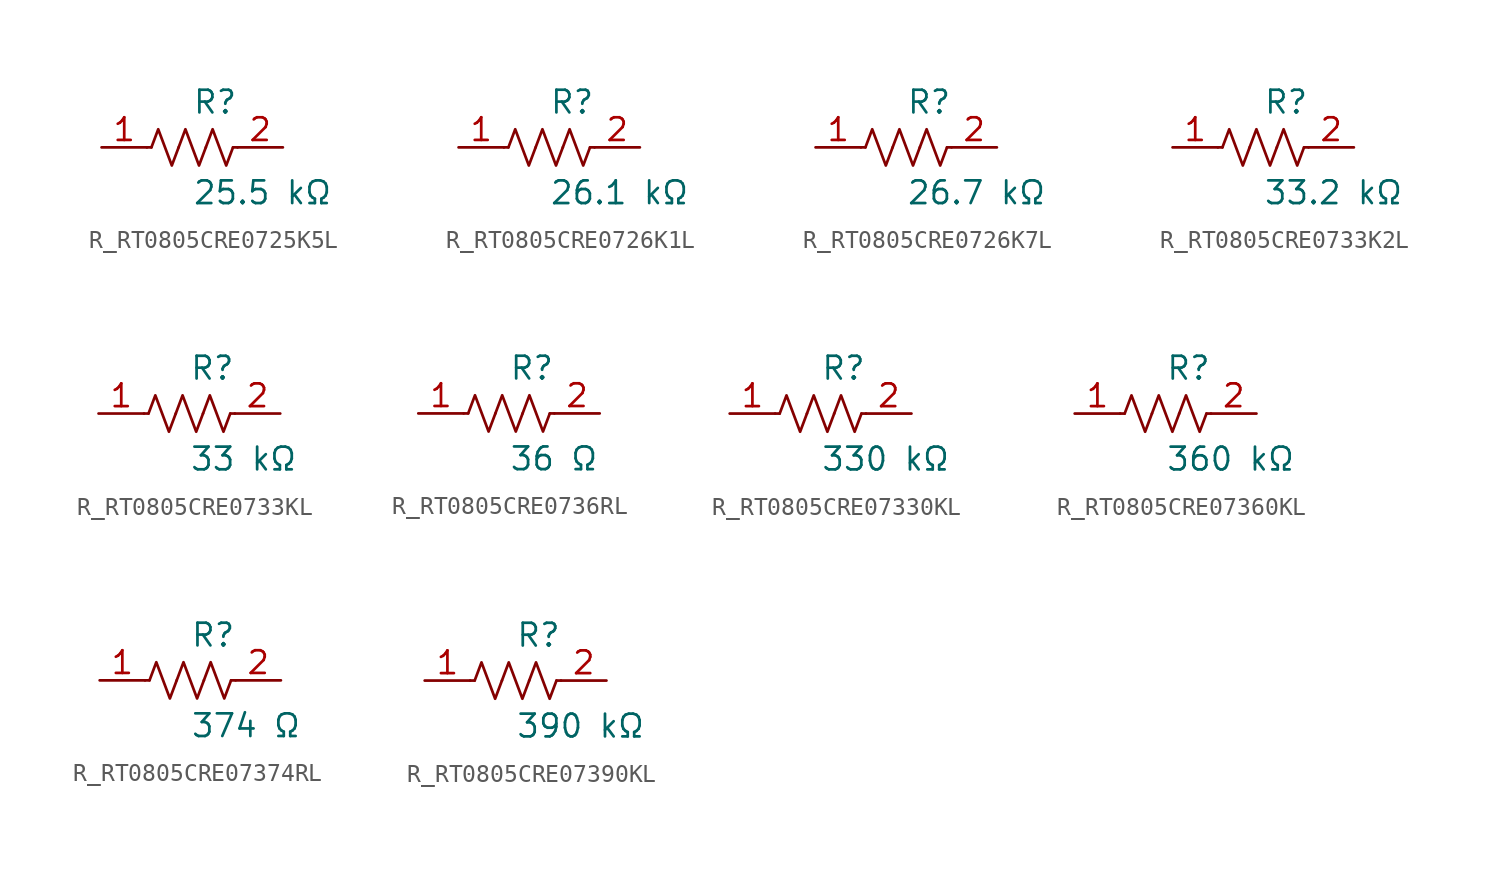
<source format=kicad_sym>
(kicad_symbol_lib
  (version 20231120)
  (generator kicad_symbol_editor)
  (generator_version 8.0)
  (symbol "R_RT0805CRE0725K5L"
    (pin_names
      (offset 0.254))
    (property "Reference" "R"
      (at 0 2.54 0)
      (effects (font (size 1.27 1.27)) (justify left)))
    (property "Value" "25.5 kΩ"
      (at 0 -2.54 0)
      (effects (font (size 1.27 1.27)) (justify left)))
    (symbol "R_RT0805CRE0725K5L_0_1"
      (polyline (pts (xy 2.286 0) (xy 2.54 0)) (stroke (width 0) (type default)) (fill (type none)))
      (polyline (pts (xy -2.286 0) (xy -2.54 0)) (stroke (width 0) (type default)) (fill (type none)))
      (polyline (pts (xy 0.762 0) (xy 1.143 1.016) (xy 1.524 0) (xy 1.905 -1.016) (xy 2.286 0)) (stroke (width 0) (type default)) (fill (type none)))
      (polyline (pts (xy -0.762 0) (xy -0.381 1.016) (xy 0 0) (xy 0.381 -1.016) (xy 0.762 0)) (stroke (width 0) (type default)) (fill (type none)))
      (polyline (pts (xy -2.286 0) (xy -1.905 1.016) (xy -1.524 0) (xy -1.143 -1.016) (xy -0.762 0)) (stroke (width 0) (type default)) (fill (type none))))
    (pin unspecified line
      (at -5.08 0 0)
      (length 2.54)
      (name "" (effects (font (size 1.27 1.27))))
      (number "1" (effects (font (size 1.27 1.27)))))
    (pin unspecified line
      (at 5.08 0 180)
      (length 2.54)
      (name "" (effects (font (size 1.27 1.27))))
      (number "2" (effects (font (size 1.27 1.27))))))
  (symbol "R_RT0805CRE0726K1L"
    (pin_names
      (offset 0.254))
    (property "Reference" "R"
      (at 0 2.54 0)
      (effects (font (size 1.27 1.27)) (justify left)))
    (property "Value" "26.1 kΩ"
      (at 0 -2.54 0)
      (effects (font (size 1.27 1.27)) (justify left)))
    (symbol "R_RT0805CRE0726K1L_0_1"
      (polyline (pts (xy 2.286 0) (xy 2.54 0)) (stroke (width 0) (type default)) (fill (type none)))
      (polyline (pts (xy -2.286 0) (xy -2.54 0)) (stroke (width 0) (type default)) (fill (type none)))
      (polyline (pts (xy 0.762 0) (xy 1.143 1.016) (xy 1.524 0) (xy 1.905 -1.016) (xy 2.286 0)) (stroke (width 0) (type default)) (fill (type none)))
      (polyline (pts (xy -0.762 0) (xy -0.381 1.016) (xy 0 0) (xy 0.381 -1.016) (xy 0.762 0)) (stroke (width 0) (type default)) (fill (type none)))
      (polyline (pts (xy -2.286 0) (xy -1.905 1.016) (xy -1.524 0) (xy -1.143 -1.016) (xy -0.762 0)) (stroke (width 0) (type default)) (fill (type none))))
    (pin unspecified line
      (at -5.08 0 0)
      (length 2.54)
      (name "" (effects (font (size 1.27 1.27))))
      (number "1" (effects (font (size 1.27 1.27)))))
    (pin unspecified line
      (at 5.08 0 180)
      (length 2.54)
      (name "" (effects (font (size 1.27 1.27))))
      (number "2" (effects (font (size 1.27 1.27))))))
  (symbol "R_RT0805CRE0726K7L"
    (pin_names
      (offset 0.254))
    (property "Reference" "R"
      (at 0 2.54 0)
      (effects (font (size 1.27 1.27)) (justify left)))
    (property "Value" "26.7 kΩ"
      (at 0 -2.54 0)
      (effects (font (size 1.27 1.27)) (justify left)))
    (symbol "R_RT0805CRE0726K7L_0_1"
      (polyline (pts (xy 2.286 0) (xy 2.54 0)) (stroke (width 0) (type default)) (fill (type none)))
      (polyline (pts (xy -2.286 0) (xy -2.54 0)) (stroke (width 0) (type default)) (fill (type none)))
      (polyline (pts (xy 0.762 0) (xy 1.143 1.016) (xy 1.524 0) (xy 1.905 -1.016) (xy 2.286 0)) (stroke (width 0) (type default)) (fill (type none)))
      (polyline (pts (xy -0.762 0) (xy -0.381 1.016) (xy 0 0) (xy 0.381 -1.016) (xy 0.762 0)) (stroke (width 0) (type default)) (fill (type none)))
      (polyline (pts (xy -2.286 0) (xy -1.905 1.016) (xy -1.524 0) (xy -1.143 -1.016) (xy -0.762 0)) (stroke (width 0) (type default)) (fill (type none))))
    (pin unspecified line
      (at -5.08 0 0)
      (length 2.54)
      (name "" (effects (font (size 1.27 1.27))))
      (number "1" (effects (font (size 1.27 1.27)))))
    (pin unspecified line
      (at 5.08 0 180)
      (length 2.54)
      (name "" (effects (font (size 1.27 1.27))))
      (number "2" (effects (font (size 1.27 1.27))))))
  (symbol "R_RT0805CRE0733K2L"
    (pin_names
      (offset 0.254))
    (property "Reference" "R"
      (at 0 2.54 0)
      (effects (font (size 1.27 1.27)) (justify left)))
    (property "Value" "33.2 kΩ"
      (at 0 -2.54 0)
      (effects (font (size 1.27 1.27)) (justify left)))
    (symbol "R_RT0805CRE0733K2L_0_1"
      (polyline (pts (xy 2.286 0) (xy 2.54 0)) (stroke (width 0) (type default)) (fill (type none)))
      (polyline (pts (xy -2.286 0) (xy -2.54 0)) (stroke (width 0) (type default)) (fill (type none)))
      (polyline (pts (xy 0.762 0) (xy 1.143 1.016) (xy 1.524 0) (xy 1.905 -1.016) (xy 2.286 0)) (stroke (width 0) (type default)) (fill (type none)))
      (polyline (pts (xy -0.762 0) (xy -0.381 1.016) (xy 0 0) (xy 0.381 -1.016) (xy 0.762 0)) (stroke (width 0) (type default)) (fill (type none)))
      (polyline (pts (xy -2.286 0) (xy -1.905 1.016) (xy -1.524 0) (xy -1.143 -1.016) (xy -0.762 0)) (stroke (width 0) (type default)) (fill (type none))))
    (pin unspecified line
      (at -5.08 0 0)
      (length 2.54)
      (name "" (effects (font (size 1.27 1.27))))
      (number "1" (effects (font (size 1.27 1.27)))))
    (pin unspecified line
      (at 5.08 0 180)
      (length 2.54)
      (name "" (effects (font (size 1.27 1.27))))
      (number "2" (effects (font (size 1.27 1.27))))))
  (symbol "R_RT0805CRE0733KL"
    (pin_names
      (offset 0.254))
    (property "Reference" "R"
      (at 0 2.54 0)
      (effects (font (size 1.27 1.27)) (justify left)))
    (property "Value" "33 kΩ"
      (at 0 -2.54 0)
      (effects (font (size 1.27 1.27)) (justify left)))
    (symbol "R_RT0805CRE0733KL_0_1"
      (polyline (pts (xy 2.286 0) (xy 2.54 0)) (stroke (width 0) (type default)) (fill (type none)))
      (polyline (pts (xy -2.286 0) (xy -2.54 0)) (stroke (width 0) (type default)) (fill (type none)))
      (polyline (pts (xy 0.762 0) (xy 1.143 1.016) (xy 1.524 0) (xy 1.905 -1.016) (xy 2.286 0)) (stroke (width 0) (type default)) (fill (type none)))
      (polyline (pts (xy -0.762 0) (xy -0.381 1.016) (xy 0 0) (xy 0.381 -1.016) (xy 0.762 0)) (stroke (width 0) (type default)) (fill (type none)))
      (polyline (pts (xy -2.286 0) (xy -1.905 1.016) (xy -1.524 0) (xy -1.143 -1.016) (xy -0.762 0)) (stroke (width 0) (type default)) (fill (type none))))
    (pin unspecified line
      (at -5.08 0 0)
      (length 2.54)
      (name "" (effects (font (size 1.27 1.27))))
      (number "1" (effects (font (size 1.27 1.27)))))
    (pin unspecified line
      (at 5.08 0 180)
      (length 2.54)
      (name "" (effects (font (size 1.27 1.27))))
      (number "2" (effects (font (size 1.27 1.27))))))
  (symbol "R_RT0805CRE0736RL"
    (pin_names
      (offset 0.254))
    (property "Reference" "R"
      (at 0 2.54 0)
      (effects (font (size 1.27 1.27)) (justify left)))
    (property "Value" "36 Ω"
      (at 0 -2.54 0)
      (effects (font (size 1.27 1.27)) (justify left)))
    (symbol "R_RT0805CRE0736RL_0_1"
      (polyline (pts (xy 2.286 0) (xy 2.54 0)) (stroke (width 0) (type default)) (fill (type none)))
      (polyline (pts (xy -2.286 0) (xy -2.54 0)) (stroke (width 0) (type default)) (fill (type none)))
      (polyline (pts (xy 0.762 0) (xy 1.143 1.016) (xy 1.524 0) (xy 1.905 -1.016) (xy 2.286 0)) (stroke (width 0) (type default)) (fill (type none)))
      (polyline (pts (xy -0.762 0) (xy -0.381 1.016) (xy 0 0) (xy 0.381 -1.016) (xy 0.762 0)) (stroke (width 0) (type default)) (fill (type none)))
      (polyline (pts (xy -2.286 0) (xy -1.905 1.016) (xy -1.524 0) (xy -1.143 -1.016) (xy -0.762 0)) (stroke (width 0) (type default)) (fill (type none))))
    (pin unspecified line
      (at -5.08 0 0)
      (length 2.54)
      (name "" (effects (font (size 1.27 1.27))))
      (number "1" (effects (font (size 1.27 1.27)))))
    (pin unspecified line
      (at 5.08 0 180)
      (length 2.54)
      (name "" (effects (font (size 1.27 1.27))))
      (number "2" (effects (font (size 1.27 1.27))))))
  (symbol "R_RT0805CRE07330KL"
    (pin_names
      (offset 0.254))
    (property "Reference" "R"
      (at 0 2.54 0)
      (effects (font (size 1.27 1.27)) (justify left)))
    (property "Value" "330 kΩ"
      (at 0 -2.54 0)
      (effects (font (size 1.27 1.27)) (justify left)))
    (symbol "R_RT0805CRE07330KL_0_1"
      (polyline (pts (xy 2.286 0) (xy 2.54 0)) (stroke (width 0) (type default)) (fill (type none)))
      (polyline (pts (xy -2.286 0) (xy -2.54 0)) (stroke (width 0) (type default)) (fill (type none)))
      (polyline (pts (xy 0.762 0) (xy 1.143 1.016) (xy 1.524 0) (xy 1.905 -1.016) (xy 2.286 0)) (stroke (width 0) (type default)) (fill (type none)))
      (polyline (pts (xy -0.762 0) (xy -0.381 1.016) (xy 0 0) (xy 0.381 -1.016) (xy 0.762 0)) (stroke (width 0) (type default)) (fill (type none)))
      (polyline (pts (xy -2.286 0) (xy -1.905 1.016) (xy -1.524 0) (xy -1.143 -1.016) (xy -0.762 0)) (stroke (width 0) (type default)) (fill (type none))))
    (pin unspecified line
      (at -5.08 0 0)
      (length 2.54)
      (name "" (effects (font (size 1.27 1.27))))
      (number "1" (effects (font (size 1.27 1.27)))))
    (pin unspecified line
      (at 5.08 0 180)
      (length 2.54)
      (name "" (effects (font (size 1.27 1.27))))
      (number "2" (effects (font (size 1.27 1.27))))))
  (symbol "R_RT0805CRE07360KL"
    (pin_names
      (offset 0.254))
    (property "Reference" "R"
      (at 0 2.54 0)
      (effects (font (size 1.27 1.27)) (justify left)))
    (property "Value" "360 kΩ"
      (at 0 -2.54 0)
      (effects (font (size 1.27 1.27)) (justify left)))
    (symbol "R_RT0805CRE07360KL_0_1"
      (polyline (pts (xy 2.286 0) (xy 2.54 0)) (stroke (width 0) (type default)) (fill (type none)))
      (polyline (pts (xy -2.286 0) (xy -2.54 0)) (stroke (width 0) (type default)) (fill (type none)))
      (polyline (pts (xy 0.762 0) (xy 1.143 1.016) (xy 1.524 0) (xy 1.905 -1.016) (xy 2.286 0)) (stroke (width 0) (type default)) (fill (type none)))
      (polyline (pts (xy -0.762 0) (xy -0.381 1.016) (xy 0 0) (xy 0.381 -1.016) (xy 0.762 0)) (stroke (width 0) (type default)) (fill (type none)))
      (polyline (pts (xy -2.286 0) (xy -1.905 1.016) (xy -1.524 0) (xy -1.143 -1.016) (xy -0.762 0)) (stroke (width 0) (type default)) (fill (type none))))
    (pin unspecified line
      (at -5.08 0 0)
      (length 2.54)
      (name "" (effects (font (size 1.27 1.27))))
      (number "1" (effects (font (size 1.27 1.27)))))
    (pin unspecified line
      (at 5.08 0 180)
      (length 2.54)
      (name "" (effects (font (size 1.27 1.27))))
      (number "2" (effects (font (size 1.27 1.27))))))
  (symbol "R_RT0805CRE07374RL"
    (pin_names
      (offset 0.254))
    (property "Reference" "R"
      (at 0 2.54 0)
      (effects (font (size 1.27 1.27)) (justify left)))
    (property "Value" "374 Ω"
      (at 0 -2.54 0)
      (effects (font (size 1.27 1.27)) (justify left)))
    (symbol "R_RT0805CRE07374RL_0_1"
      (polyline (pts (xy 2.286 0) (xy 2.54 0)) (stroke (width 0) (type default)) (fill (type none)))
      (polyline (pts (xy -2.286 0) (xy -2.54 0)) (stroke (width 0) (type default)) (fill (type none)))
      (polyline (pts (xy 0.762 0) (xy 1.143 1.016) (xy 1.524 0) (xy 1.905 -1.016) (xy 2.286 0)) (stroke (width 0) (type default)) (fill (type none)))
      (polyline (pts (xy -0.762 0) (xy -0.381 1.016) (xy 0 0) (xy 0.381 -1.016) (xy 0.762 0)) (stroke (width 0) (type default)) (fill (type none)))
      (polyline (pts (xy -2.286 0) (xy -1.905 1.016) (xy -1.524 0) (xy -1.143 -1.016) (xy -0.762 0)) (stroke (width 0) (type default)) (fill (type none))))
    (pin unspecified line
      (at -5.08 0 0)
      (length 2.54)
      (name "" (effects (font (size 1.27 1.27))))
      (number "1" (effects (font (size 1.27 1.27)))))
    (pin unspecified line
      (at 5.08 0 180)
      (length 2.54)
      (name "" (effects (font (size 1.27 1.27))))
      (number "2" (effects (font (size 1.27 1.27))))))
  (symbol "R_RT0805CRE07390KL"
    (pin_names
      (offset 0.254))
    (property "Reference" "R"
      (at 0 2.54 0)
      (effects (font (size 1.27 1.27)) (justify left)))
    (property "Value" "390 kΩ"
      (at 0 -2.54 0)
      (effects (font (size 1.27 1.27)) (justify left)))
    (symbol "R_RT0805CRE07390KL_0_1"
      (polyline (pts (xy 2.286 0) (xy 2.54 0)) (stroke (width 0) (type default)) (fill (type none)))
      (polyline (pts (xy -2.286 0) (xy -2.54 0)) (stroke (width 0) (type default)) (fill (type none)))
      (polyline (pts (xy 0.762 0) (xy 1.143 1.016) (xy 1.524 0) (xy 1.905 -1.016) (xy 2.286 0)) (stroke (width 0) (type default)) (fill (type none)))
      (polyline (pts (xy -0.762 0) (xy -0.381 1.016) (xy 0 0) (xy 0.381 -1.016) (xy 0.762 0)) (stroke (width 0) (type default)) (fill (type none)))
      (polyline (pts (xy -2.286 0) (xy -1.905 1.016) (xy -1.524 0) (xy -1.143 -1.016) (xy -0.762 0)) (stroke (width 0) (type default)) (fill (type none))))
    (pin unspecified line
      (at -5.08 0 0)
      (length 2.54)
      (name "" (effects (font (size 1.27 1.27))))
      (number "1" (effects (font (size 1.27 1.27)))))
    (pin unspecified line
      (at 5.08 0 180)
      (length 2.54)
      (name "" (effects (font (size 1.27 1.27))))
      (number "2" (effects (font (size 1.27 1.27)))))))
</source>
